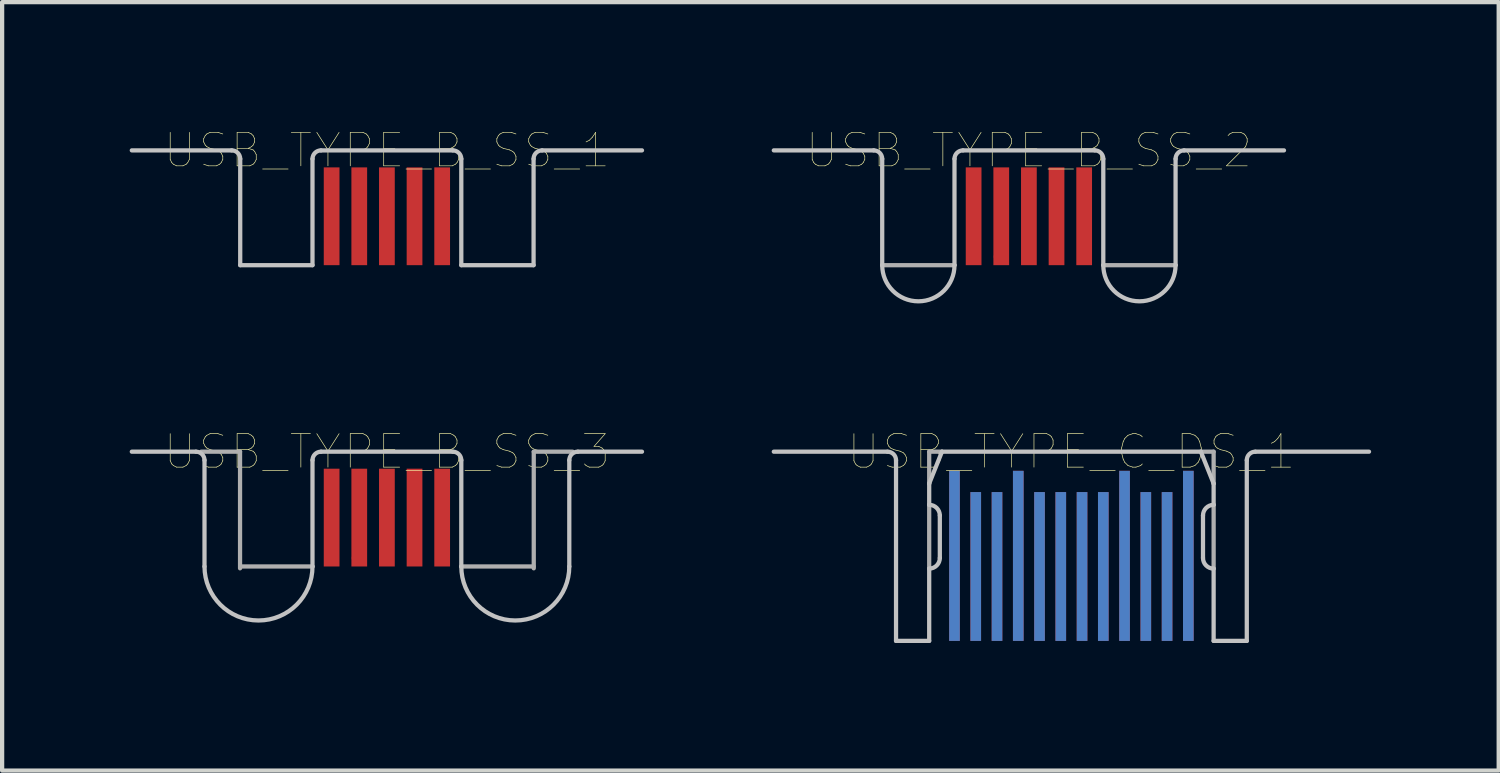
<source format=kicad_pcb>
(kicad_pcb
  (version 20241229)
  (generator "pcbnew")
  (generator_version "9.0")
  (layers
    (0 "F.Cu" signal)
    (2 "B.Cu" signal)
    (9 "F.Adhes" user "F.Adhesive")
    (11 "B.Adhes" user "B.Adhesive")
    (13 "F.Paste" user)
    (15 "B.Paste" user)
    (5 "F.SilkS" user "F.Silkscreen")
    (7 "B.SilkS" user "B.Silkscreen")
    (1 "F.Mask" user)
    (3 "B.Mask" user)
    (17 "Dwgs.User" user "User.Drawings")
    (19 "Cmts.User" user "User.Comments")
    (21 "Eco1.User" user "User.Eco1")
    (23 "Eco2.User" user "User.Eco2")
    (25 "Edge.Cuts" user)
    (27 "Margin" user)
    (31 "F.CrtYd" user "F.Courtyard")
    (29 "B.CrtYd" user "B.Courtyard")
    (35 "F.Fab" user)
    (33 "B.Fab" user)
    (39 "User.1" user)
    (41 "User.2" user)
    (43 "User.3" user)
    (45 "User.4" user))
  (footprint "USB_TYPE_C_DS_1"
    (layer "F.Cu")
    (at 22.15 7.574)
    (property "Reference" "USB_TYPE_C_DS_1" (at 0 0 0) (layer "F.SilkS") (effects (font (size 0.787 0.787) (thickness 0.015))))
    (attr through_hole)
    (fp_line (start -7 0) (end -4.325 0) (stroke (width 0.1) (type solid)) (layer "Dwgs.User"))
    (fp_line (start -4.125 0.2) (end -4.125 4.45) (stroke (width 0.1) (type solid)) (layer "Dwgs.User"))
    (fp_line (start -4.125 4.45) (end -3.345 4.45) (stroke (width 0.1) (type solid)) (layer "Dwgs.User"))
    (fp_line (start -3.345 0.75) (end -3.345 1.25) (stroke (width 0.1) (type solid)) (layer "Dwgs.User"))
    (fp_line (start -3.345 2.75) (end -3.345 4.45) (stroke (width 0.1) (type solid)) (layer "Dwgs.User"))
    (fp_line (start -3.095 1.5) (end -3.095 2.5) (stroke (width 0.1) (type solid)) (layer "Dwgs.User"))
    (fp_line (start -3.045 0) (end -3.345 0.75) (stroke (width 0.1) (type solid)) (layer "Dwgs.User"))
    (fp_line (start -3.045 0) (end 3.045 0) (stroke (width 0.1) (type solid)) (layer "Dwgs.User"))
    (fp_line (start 3.045 0) (end 3.345 0.75) (stroke (width 0.1) (type solid)) (layer "Dwgs.User"))
    (fp_line (start 3.095 1.5) (end 3.095 2.5) (stroke (width 0.1) (type solid)) (layer "Dwgs.User"))
    (fp_line (start 3.345 0.75) (end 3.345 1.25) (stroke (width 0.1) (type solid)) (layer "Dwgs.User"))
    (fp_line (start 3.345 2.75) (end 3.345 4.45) (stroke (width 0.1) (type solid)) (layer "Dwgs.User"))
    (fp_line (start 3.345 4.45) (end 4.125 4.45) (stroke (width 0.1) (type solid)) (layer "Dwgs.User"))
    (fp_line (start 4.125 0.2) (end 4.125 4.45) (stroke (width 0.1) (type solid)) (layer "Dwgs.User"))
    (fp_line (start 7 0) (end 4.325 0) (stroke (width 0.1) (type solid)) (layer "Dwgs.User"))
    (fp_arc (start -4.325 0) (mid -4.183579 0.058579) (end -4.125 0.2) (stroke (width 0.1) (type solid)) (layer "Dwgs.User"))
    (fp_arc (start -3.345 1.25) (mid -3.168223 1.323223) (end -3.095 1.5) (stroke (width 0.1) (type solid)) (layer "Dwgs.User"))
    (fp_arc (start -3.095 2.5) (mid -3.168223 2.676777) (end -3.345 2.75) (stroke (width 0.1) (type solid)) (layer "Dwgs.User"))
    (fp_arc (start 3.095 1.5) (mid 3.168223 1.323223) (end 3.345 1.25) (stroke (width 0.1) (type solid)) (layer "Dwgs.User"))
    (fp_arc (start 3.345 2.75) (mid 3.168223 2.676777) (end 3.095 2.5) (stroke (width 0.1) (type solid)) (layer "Dwgs.User"))
    (fp_arc (start 4.125 0.2) (mid 4.183579 0.058579) (end 4.325 0) (stroke (width 0.1) (type solid)) (layer "Dwgs.User"))
    (fp_line (start -3.345 0) (end -3.345 0.75) (stroke (width 0.1) (type solid)) (layer "F.Fab"))
    (fp_line (start -3.345 0) (end -3.045 0) (stroke (width 0.1) (type solid)) (layer "F.Fab"))
    (fp_line (start -3.345 1.25) (end -3.345 2.75) (stroke (width 0.1) (type solid)) (layer "F.Fab"))
    (fp_line (start 3.045 0) (end 3.345 0) (stroke (width 0.1) (type solid)) (layer "F.Fab"))
    (fp_line (start 3.345 0) (end 3.345 0.75) (stroke (width 0.1) (type solid)) (layer "F.Fab"))
    (fp_line (start 3.345 1.25) (end 3.345 2.75) (stroke (width 0.1) (type solid)) (layer "F.Fab"))
    (pad "A1" smd rect (at 2.75 2.45) (size 0.25 4) (layers "F.Cu" "F.Mask" "F.Paste"))
    (pad "A2" smd rect (at 2.25 2.7) (size 0.25 3.5) (layers "F.Cu" "F.Mask" "F.Paste"))
    (pad "A3" smd rect (at 1.75 2.7) (size 0.25 3.5) (layers "F.Cu" "F.Mask" "F.Paste"))
    (pad "A4" smd rect (at 1.25 2.45) (size 0.25 4) (layers "F.Cu" "F.Mask" "F.Paste"))
    (pad "A5" smd rect (at 0.75 2.7) (size 0.25 3.5) (layers "F.Cu" "F.Mask" "F.Paste"))
    (pad "A6" smd rect (at 0.25 2.7) (size 0.25 3.5) (layers "F.Cu" "F.Mask" "F.Paste"))
    (pad "A7" smd rect (at -0.25 2.7) (size 0.25 3.5) (layers "F.Cu" "F.Mask" "F.Paste"))
    (pad "A8" smd rect (at -0.75 2.7) (size 0.25 3.5) (layers "F.Cu" "F.Mask" "F.Paste"))
    (pad "A9" smd rect (at -1.25 2.45) (size 0.25 4) (layers "F.Cu" "F.Mask" "F.Paste"))
    (pad "A10" smd rect (at -1.75 2.7) (size 0.25 3.5) (layers "F.Cu" "F.Mask" "F.Paste"))
    (pad "A11" smd rect (at -2.25 2.7) (size 0.25 3.5) (layers "F.Cu" "F.Mask" "F.Paste"))
    (pad "A12" smd rect (at -2.75 2.45) (size 0.25 4) (layers "F.Cu" "F.Mask" "F.Paste"))
    (pad "B1" smd rect (at -2.75 2.45) (size 0.25 4) (layers "B.Cu" "B.Mask" "B.Paste"))
    (pad "B2" smd rect (at -2.25 2.7) (size 0.25 3.5) (layers "B.Cu" "B.Mask" "B.Paste"))
    (pad "B3" smd rect (at -1.75 2.7) (size 0.25 3.5) (layers "B.Cu" "B.Mask" "B.Paste"))
    (pad "B4" smd rect (at -1.25 2.45) (size 0.25 4) (layers "B.Cu" "B.Mask" "B.Paste"))
    (pad "B5" smd rect (at -0.75 2.7) (size 0.25 3.5) (layers "B.Cu" "B.Mask" "B.Paste"))
    (pad "B6" smd rect (at -0.25 2.7) (size 0.25 3.5) (layers "B.Cu" "B.Mask" "B.Paste"))
    (pad "B7" smd rect (at 0.25 2.7) (size 0.25 3.5) (layers "B.Cu" "B.Mask" "B.Paste"))
    (pad "B8" smd rect (at 0.75 2.7) (size 0.25 3.5) (layers "B.Cu" "B.Mask" "B.Paste"))
    (pad "B9" smd rect (at 1.25 2.45) (size 0.25 4) (layers "B.Cu" "B.Mask" "B.Paste"))
    (pad "B10" smd rect (at 1.75 2.7) (size 0.25 3.5) (layers "B.Cu" "B.Mask" "B.Paste"))
    (pad "B11" smd rect (at 2.25 2.7) (size 0.25 3.5) (layers "B.Cu" "B.Mask" "B.Paste"))
    (pad "B12" smd rect (at 2.75 2.45) (size 0.25 4) (layers "B.Cu" "B.Mask" "B.Paste")))
  (footprint "USB_TYPE_B_SS_1"
    (layer "F.Cu")
    (at 6.05 0.487)
    (property "Reference" "USB_TYPE_B_SS_1" (at 0 0 0) (layer "F.SilkS") (effects (font (size 0.787 0.787) (thickness 0.015))))
    (attr through_hole)
    (fp_line (start -6 0) (end -3.65 0) (stroke (width 0.1) (type solid)) (layer "Dwgs.User"))
    (fp_line (start -3.45 0.2) (end -3.45 2.7) (stroke (width 0.1) (type solid)) (layer "Dwgs.User"))
    (fp_line (start -1.75 0.2) (end -1.75 2.7) (stroke (width 0.1) (type solid)) (layer "Dwgs.User"))
    (fp_line (start -1.75 2.7) (end -3.45 2.7) (stroke (width 0.1) (type solid)) (layer "Dwgs.User"))
    (fp_line (start -1.55 0) (end 1.55 0) (stroke (width 0.1) (type solid)) (layer "Dwgs.User"))
    (fp_line (start 1.75 0.2) (end 1.75 2.7) (stroke (width 0.1) (type solid)) (layer "Dwgs.User"))
    (fp_line (start 1.75 2.7) (end 3.45 2.7) (stroke (width 0.1) (type solid)) (layer "Dwgs.User"))
    (fp_line (start 3.45 0.2) (end 3.45 2.7) (stroke (width 0.1) (type solid)) (layer "Dwgs.User"))
    (fp_line (start 6 0) (end 3.65 0) (stroke (width 0.1) (type solid)) (layer "Dwgs.User"))
    (fp_arc (start -3.65 0) (mid -3.508579 0.058579) (end -3.45 0.2) (stroke (width 0.1) (type solid)) (layer "Dwgs.User"))
    (fp_arc (start -1.75 0.2) (mid -1.691421 0.058579) (end -1.55 0) (stroke (width 0.1) (type solid)) (layer "Dwgs.User"))
    (fp_arc (start 1.55 0) (mid 1.691421 0.058579) (end 1.75 0.2) (stroke (width 0.1) (type solid)) (layer "Dwgs.User"))
    (fp_arc (start 3.45 0.2) (mid 3.508579 0.058579) (end 3.65 0) (stroke (width 0.1) (type solid)) (layer "Dwgs.User"))
    (pad "1" smd rect (at -1.3 1.55) (size 0.37 2.3) (layers "F.Cu" "F.Mask" "F.Paste"))
    (pad "2" smd rect (at -0.65 1.55) (size 0.37 2.3) (layers "F.Cu" "F.Mask" "F.Paste"))
    (pad "3" smd rect (at 0 1.55) (size 0.37 2.3) (layers "F.Cu" "F.Mask" "F.Paste"))
    (pad "4" smd rect (at 0.65 1.55) (size 0.37 2.3) (layers "F.Cu" "F.Mask" "F.Paste"))
    (pad "5" smd rect (at 1.3 1.55) (size 0.37 2.3) (layers "F.Cu" "F.Mask" "F.Paste")))
  (footprint "USB_TYPE_B_SS_3"
    (layer "F.Cu")
    (at 6.05 7.574)
    (property "Reference" "USB_TYPE_B_SS_3" (at 0 0 0) (layer "F.SilkS") (effects (font (size 0.787 0.787) (thickness 0.015))))
    (attr through_hole)
    (fp_line (start -0.6 2.5) (end -0.7 2.5) (stroke (width 0.254) (type solid)) (layer "F.Cu"))
    (fp_line (start -6 0) (end -4.49 0) (stroke (width 0.1) (type solid)) (layer "Dwgs.User"))
    (fp_line (start -4.29 0.2) (end -4.29 2.7) (stroke (width 0.1) (type solid)) (layer "Dwgs.User"))
    (fp_line (start -1.75 0.2) (end -1.75 2.7) (stroke (width 0.1) (type solid)) (layer "Dwgs.User"))
    (fp_line (start -1.55 0) (end 1.55 0) (stroke (width 0.1) (type solid)) (layer "Dwgs.User"))
    (fp_line (start 1.75 0.2) (end 1.75 2.7) (stroke (width 0.1) (type solid)) (layer "Dwgs.User"))
    (fp_line (start 4.29 0.2) (end 4.29 2.7) (stroke (width 0.1) (type solid)) (layer "Dwgs.User"))
    (fp_line (start 6 0) (end 4.49 0) (stroke (width 0.1) (type solid)) (layer "Dwgs.User"))
    (fp_arc (start -4.49 0) (mid -4.348579 0.058579) (end -4.29 0.2) (stroke (width 0.1) (type solid)) (layer "Dwgs.User"))
    (fp_arc (start -1.75 0.2) (mid -1.691421 0.058579) (end -1.55 0) (stroke (width 0.1) (type solid)) (layer "Dwgs.User"))
    (fp_arc (start -1.75 2.7) (mid -3.02 3.97) (end -4.29 2.7) (stroke (width 0.1) (type solid)) (layer "Dwgs.User"))
    (fp_arc (start 1.55 0) (mid 1.691421 0.058579) (end 1.75 0.2) (stroke (width 0.1) (type solid)) (layer "Dwgs.User"))
    (fp_arc (start 4.29 0.2) (mid 4.348579 0.058579) (end 4.49 0) (stroke (width 0.1) (type solid)) (layer "Dwgs.User"))
    (fp_arc (start 4.29 2.7) (mid 3.02 3.97) (end 1.75 2.7) (stroke (width 0.1) (type solid)) (layer "Dwgs.User"))
    (fp_line (start -3.454 0) (end -4.369 0) (stroke (width 0.1) (type solid)) (layer "F.Fab"))
    (fp_line (start -3.454 2.743) (end -3.454 0) (stroke (width 0.1) (type solid)) (layer "F.Fab"))
    (fp_line (start -1.75 2.7) (end -3.45 2.7) (stroke (width 0.1) (type solid)) (layer "F.Fab"))
    (fp_line (start 1.75 2.7) (end 3.45 2.7) (stroke (width 0.1) (type solid)) (layer "F.Fab"))
    (fp_line (start 3.454 0) (end 4.369 0) (stroke (width 0.1) (type solid)) (layer "F.Fab"))
    (fp_line (start 3.454 2.743) (end 3.454 0) (stroke (width 0.1) (type solid)) (layer "F.Fab"))
    (pad "1" smd rect (at -1.3 1.55) (size 0.37 2.3) (layers "F.Cu" "F.Mask" "F.Paste"))
    (pad "2" smd rect (at -0.65 1.55) (size 0.37 2.3) (layers "F.Cu" "F.Mask" "F.Paste"))
    (pad "3" smd rect (at 0 1.55) (size 0.37 2.3) (layers "F.Cu" "F.Mask" "F.Paste"))
    (pad "4" smd rect (at 0.65 1.55) (size 0.37 2.3) (layers "F.Cu" "F.Mask" "F.Paste"))
    (pad "5" smd rect (at 1.3 1.55) (size 0.37 2.3) (layers "F.Cu" "F.Mask" "F.Paste")))
  (footprint "USB_TYPE_B_SS_2"
    (layer "F.Cu")
    (at 21.15 0.487)
    (property "Reference" "USB_TYPE_B_SS_2" (at 0 0 0) (layer "F.SilkS") (effects (font (size 0.787 0.787) (thickness 0.015))))
    (attr through_hole)
    (fp_line (start -0.6 2.5) (end -0.7 2.5) (stroke (width 0.254) (type solid)) (layer "F.Cu"))
    (fp_line (start -6 0) (end -3.65 0) (stroke (width 0.1) (type solid)) (layer "Dwgs.User"))
    (fp_line (start -3.45 0.2) (end -3.45 2.7) (stroke (width 0.1) (type solid)) (layer "Dwgs.User"))
    (fp_line (start -1.75 0.2) (end -1.75 2.7) (stroke (width 0.1) (type solid)) (layer "Dwgs.User"))
    (fp_line (start -1.55 0) (end 1.55 0) (stroke (width 0.1) (type solid)) (layer "Dwgs.User"))
    (fp_line (start 1.75 0.2) (end 1.75 2.7) (stroke (width 0.1) (type solid)) (layer "Dwgs.User"))
    (fp_line (start 3.45 0.2) (end 3.45 2.7) (stroke (width 0.1) (type solid)) (layer "Dwgs.User"))
    (fp_line (start 6 0) (end 3.65 0) (stroke (width 0.1) (type solid)) (layer "Dwgs.User"))
    (fp_arc (start -3.65 0) (mid -3.508579 0.058579) (end -3.45 0.2) (stroke (width 0.1) (type solid)) (layer "Dwgs.User"))
    (fp_arc (start -1.75 0.2) (mid -1.691421 0.058579) (end -1.55 0) (stroke (width 0.1) (type solid)) (layer "Dwgs.User"))
    (fp_arc (start -1.75 2.7) (mid -2.6 3.55) (end -3.45 2.7) (stroke (width 0.1) (type solid)) (layer "Dwgs.User"))
    (fp_arc (start 1.55 0) (mid 1.691421 0.058579) (end 1.75 0.2) (stroke (width 0.1) (type solid)) (layer "Dwgs.User"))
    (fp_arc (start 3.45 0.2) (mid 3.508579 0.058579) (end 3.65 0) (stroke (width 0.1) (type solid)) (layer "Dwgs.User"))
    (fp_arc (start 3.45 2.7) (mid 2.6 3.55) (end 1.75 2.7) (stroke (width 0.1) (type solid)) (layer "Dwgs.User"))
    (fp_line (start -1.75 2.7) (end -3.45 2.7) (stroke (width 0.1) (type solid)) (layer "F.Fab"))
    (fp_line (start 1.75 2.7) (end 3.45 2.7) (stroke (width 0.1) (type solid)) (layer "F.Fab"))
    (pad "1" smd rect (at -1.3 1.55) (size 0.37 2.3) (layers "F.Cu" "F.Mask" "F.Paste"))
    (pad "2" smd rect (at -0.65 1.55) (size 0.37 2.3) (layers "F.Cu" "F.Mask" "F.Paste"))
    (pad "3" smd rect (at 0 1.55) (size 0.37 2.3) (layers "F.Cu" "F.Mask" "F.Paste"))
    (pad "4" smd rect (at 0.65 1.55) (size 0.37 2.3) (layers "F.Cu" "F.Mask" "F.Paste"))
    (pad "5" smd rect (at 1.3 1.55) (size 0.37 2.3) (layers "F.Cu" "F.Mask" "F.Paste")))
  (gr_rect
    (start -3 -3)
    (end 32.2 15.074)
    (stroke (width 0.1) (type default))
    (fill no)
    (layer "Edge.Cuts")))
</source>
